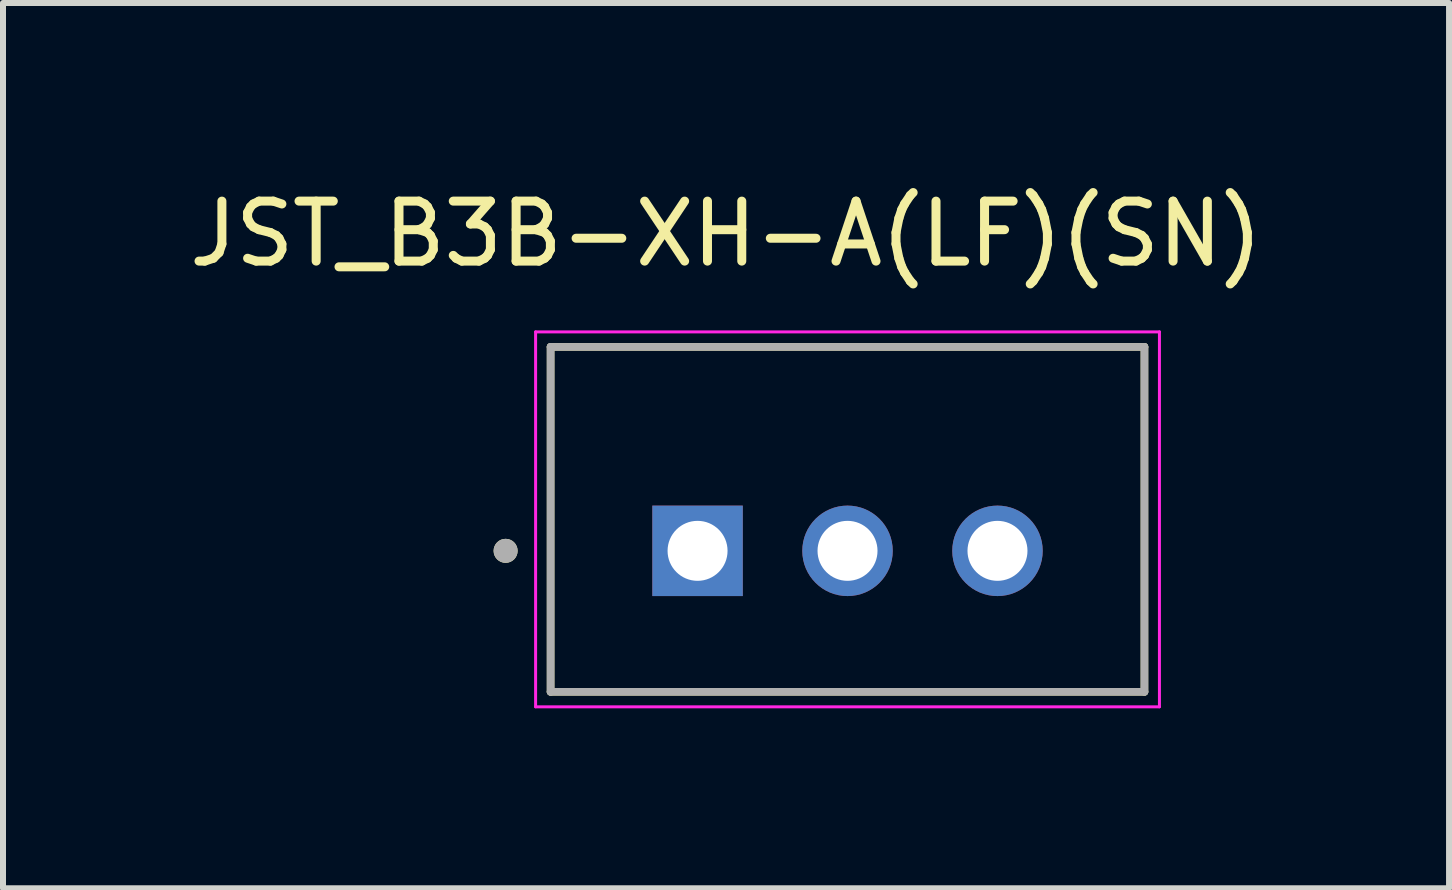
<source format=kicad_pcb>
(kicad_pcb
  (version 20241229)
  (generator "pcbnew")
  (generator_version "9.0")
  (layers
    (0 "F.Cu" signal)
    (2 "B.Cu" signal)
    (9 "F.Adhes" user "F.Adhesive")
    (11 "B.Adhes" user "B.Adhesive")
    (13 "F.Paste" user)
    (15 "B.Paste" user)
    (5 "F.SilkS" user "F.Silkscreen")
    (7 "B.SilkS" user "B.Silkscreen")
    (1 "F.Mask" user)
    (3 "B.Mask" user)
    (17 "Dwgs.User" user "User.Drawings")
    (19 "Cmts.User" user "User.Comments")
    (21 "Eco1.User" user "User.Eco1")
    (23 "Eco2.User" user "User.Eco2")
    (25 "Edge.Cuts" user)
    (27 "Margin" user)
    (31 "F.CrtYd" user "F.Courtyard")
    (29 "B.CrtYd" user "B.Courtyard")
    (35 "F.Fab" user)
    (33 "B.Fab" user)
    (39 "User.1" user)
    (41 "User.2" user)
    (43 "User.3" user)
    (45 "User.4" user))
  (footprint "JST_B3B-XH-A(LF)(SN)"
    (layer "F.Cu")
    (at 11.079 5.608)
    (property "Reference" "JST_B3B-XH-A(LF)(SN)" (at -2.025 -4.76 0) (layer "F.SilkS") (effects (font (size 1 1) (thickness 0.15))))
    (attr through_hole)
    (fp_line (start -4.95 -2.875) (end 4.95 -2.875) (stroke (width 0.127) (type solid)) (layer "F.SilkS"))
    (fp_line (start -4.95 2.875) (end -4.95 -2.875) (stroke (width 0.127) (type solid)) (layer "F.SilkS"))
    (fp_line (start 4.95 -2.875) (end 4.95 2.875) (stroke (width 0.127) (type solid)) (layer "F.SilkS"))
    (fp_line (start 4.95 2.875) (end -4.95 2.875) (stroke (width 0.127) (type solid)) (layer "F.SilkS"))
    (fp_circle (center -5.7 0.525) (end -5.6 0.525) (stroke (width 0.2) (type solid)) (fill no) (layer "F.SilkS"))
    (fp_line (start -5.2 -3.125) (end -5.2 3.125) (stroke (width 0.05) (type solid)) (layer "F.CrtYd"))
    (fp_line (start -5.2 3.125) (end 5.2 3.125) (stroke (width 0.05) (type solid)) (layer "F.CrtYd"))
    (fp_line (start 5.2 -3.125) (end -5.2 -3.125) (stroke (width 0.05) (type solid)) (layer "F.CrtYd"))
    (fp_line (start 5.2 3.125) (end 5.2 -3.125) (stroke (width 0.05) (type solid)) (layer "F.CrtYd"))
    (fp_line (start -4.95 -2.875) (end 4.95 -2.875) (stroke (width 0.127) (type solid)) (layer "F.Fab"))
    (fp_line (start -4.95 2.875) (end -4.95 -2.875) (stroke (width 0.127) (type solid)) (layer "F.Fab"))
    (fp_line (start 4.95 -2.875) (end 4.95 2.875) (stroke (width 0.127) (type solid)) (layer "F.Fab"))
    (fp_line (start 4.95 2.875) (end -4.95 2.875) (stroke (width 0.127) (type solid)) (layer "F.Fab"))
    (fp_circle (center -5.7 0.525) (end -5.6 0.525) (stroke (width 0.2) (type solid)) (fill no) (layer "F.Fab"))
    (pad "1" thru_hole rect (at -2.5 0.525) (size 1.508 1.508) (drill 1) (layers "*.Cu" "*.Mask"))
    (pad "2" thru_hole circle (at 0 0.525) (size 1.508 1.508) (drill 1) (layers "*.Cu" "*.Mask"))
    (pad "3" thru_hole circle (at 2.5 0.525) (size 1.508 1.508) (drill 1) (layers "*.Cu" "*.Mask")))
  (gr_rect
    (start -3 -3)
    (end 21.107 11.758)
    (stroke (width 0.1) (type default))
    (fill no)
    (layer "Edge.Cuts")))
</source>
